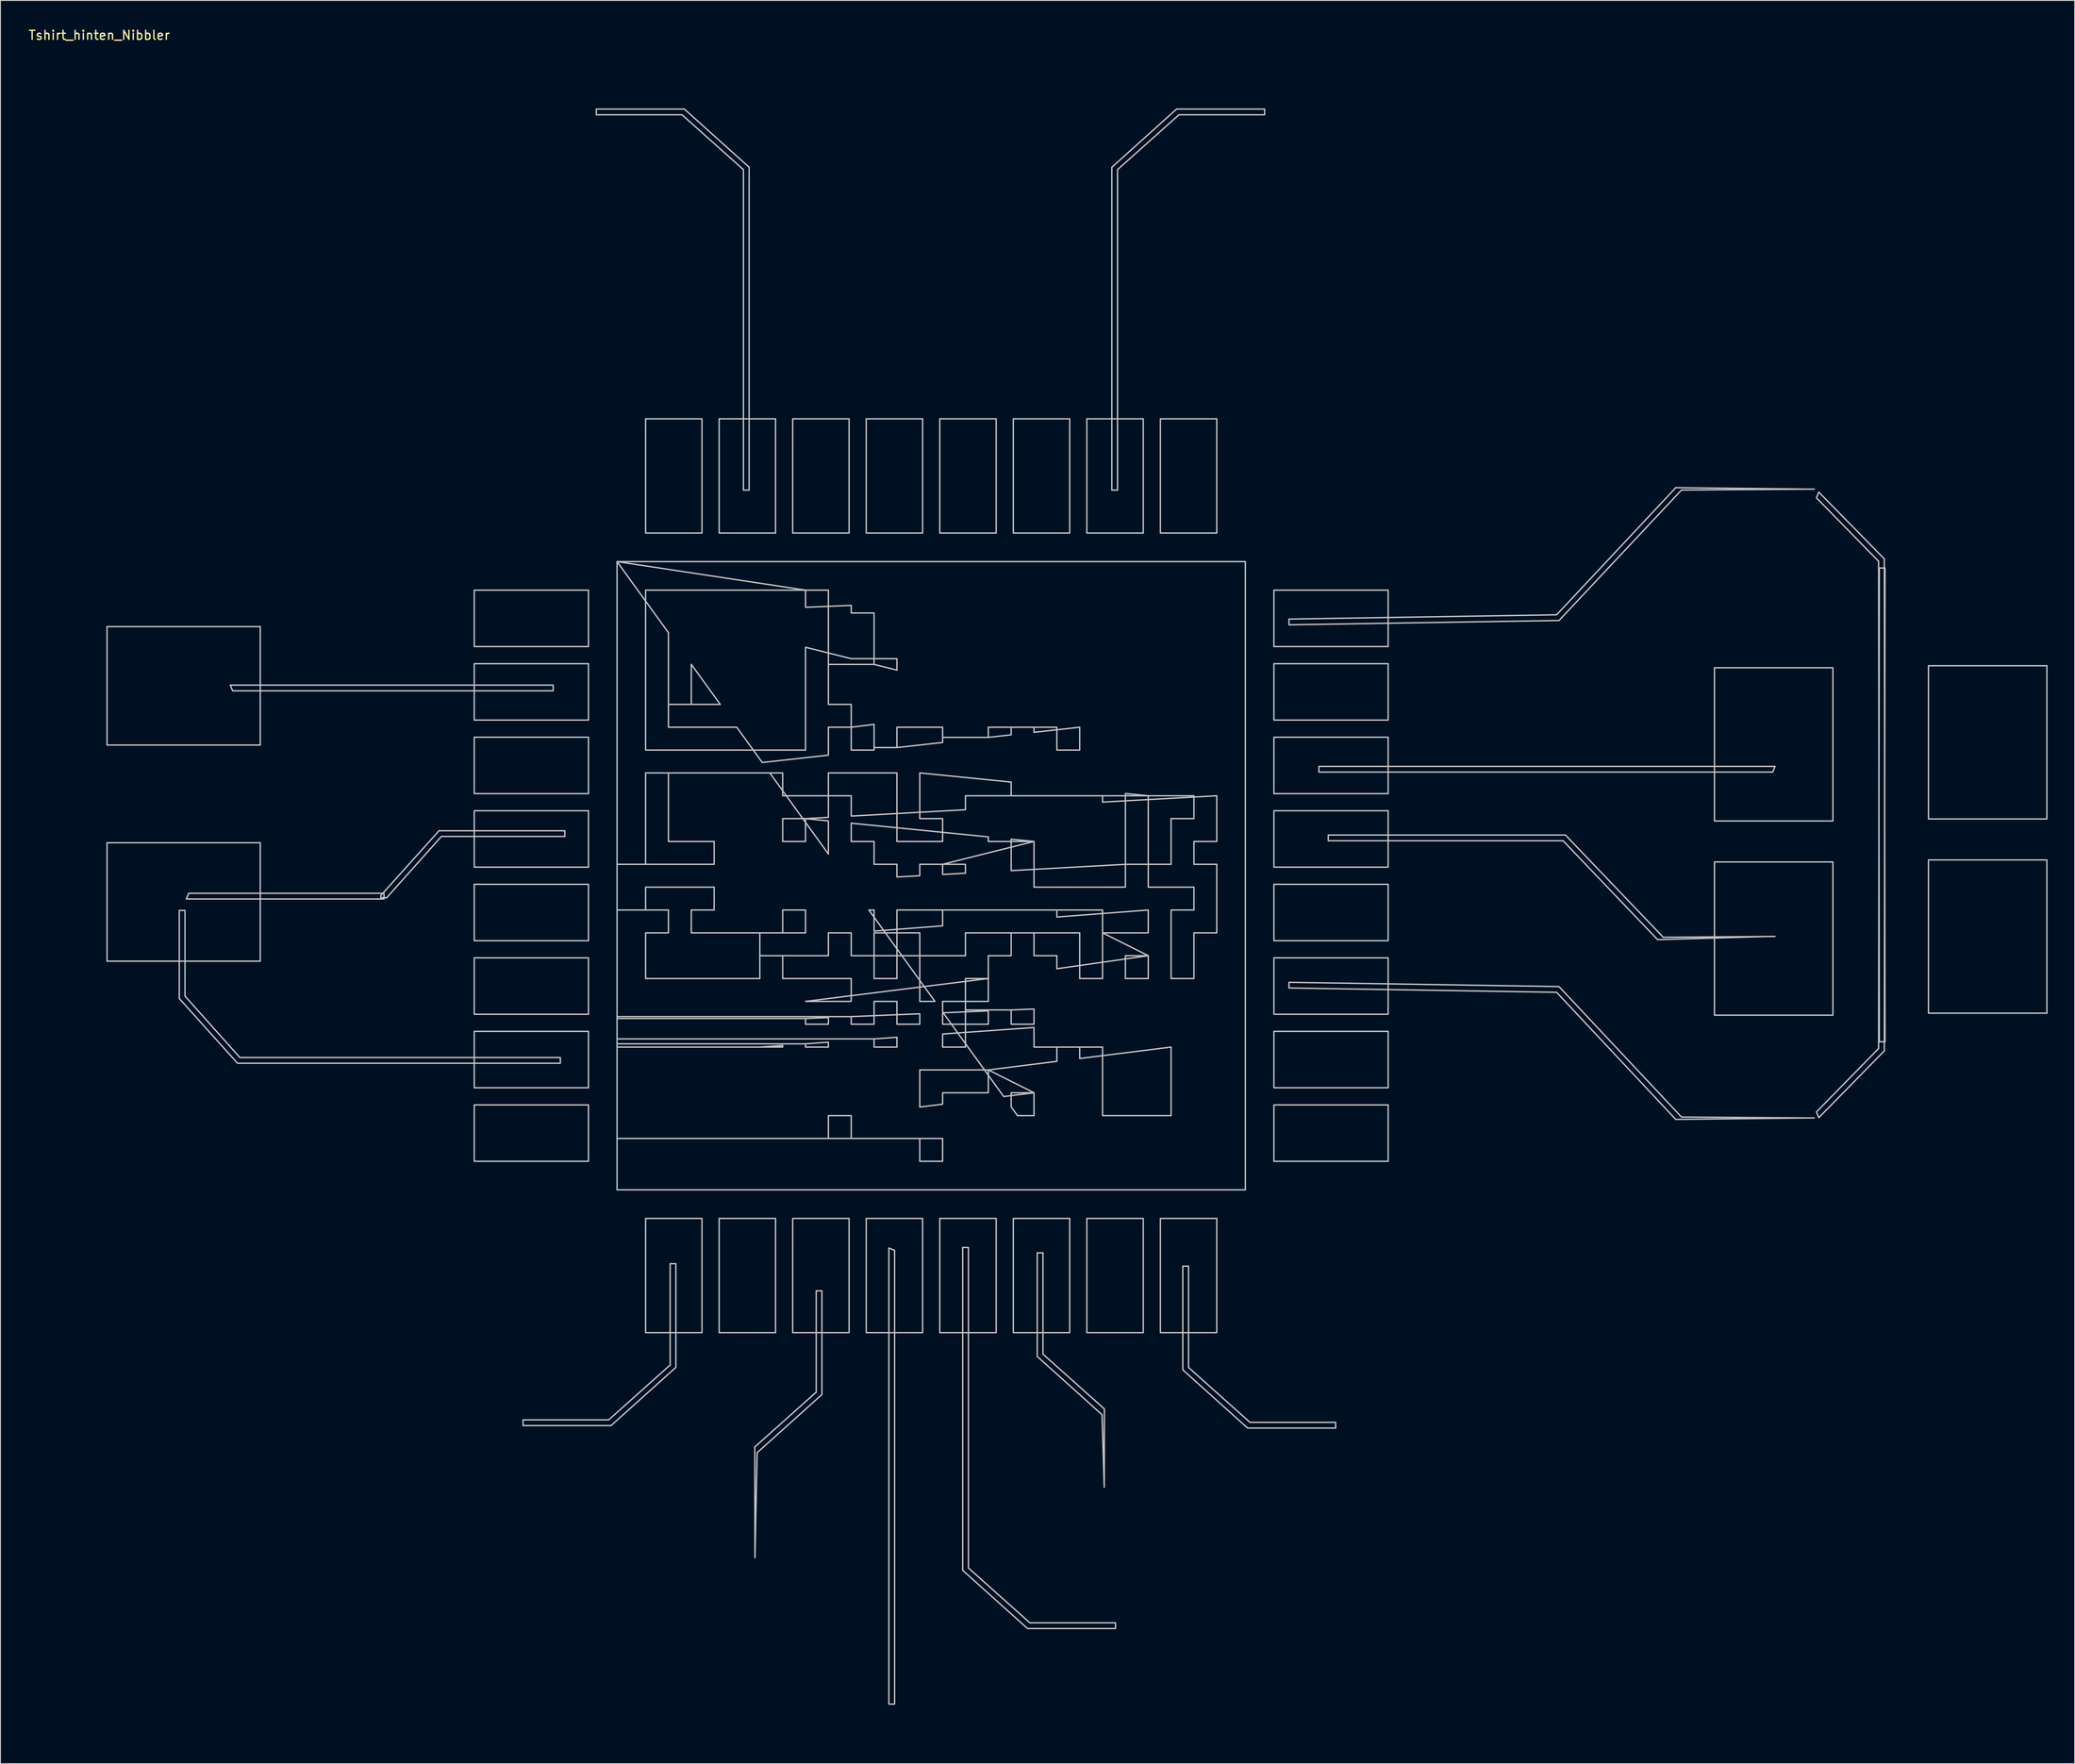
<source format=kicad_pcb>
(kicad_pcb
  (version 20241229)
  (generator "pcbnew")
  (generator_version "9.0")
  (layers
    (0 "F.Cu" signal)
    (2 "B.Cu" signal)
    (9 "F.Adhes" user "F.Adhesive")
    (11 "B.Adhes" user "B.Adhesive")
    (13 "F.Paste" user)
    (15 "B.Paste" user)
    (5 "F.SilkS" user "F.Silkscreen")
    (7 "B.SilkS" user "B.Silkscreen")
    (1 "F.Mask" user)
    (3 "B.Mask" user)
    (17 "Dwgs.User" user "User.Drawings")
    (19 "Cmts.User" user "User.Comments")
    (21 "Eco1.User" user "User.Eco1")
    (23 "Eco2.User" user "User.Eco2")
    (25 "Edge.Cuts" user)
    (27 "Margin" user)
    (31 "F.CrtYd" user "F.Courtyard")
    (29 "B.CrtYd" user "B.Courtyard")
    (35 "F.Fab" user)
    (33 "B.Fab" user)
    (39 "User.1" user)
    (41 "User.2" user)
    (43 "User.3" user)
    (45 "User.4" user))
  (footprint "Tshirt_hinten_Nibbler"
    (layer "F.Cu")
    (at 7.706 5.852)
    (property "Reference" "Tshirt_hinten_Nibbler" (at 0.229 -5.004 180) (layer "F.SilkS") (effects (font (size 1 1) (thickness 0.15))))
    (attr through_hole)
    (fp_poly (pts (xy 10.133 89.986) (xy 31.751 89.986) (xy 31.751 90.618) (xy 9.871 90.618)) (stroke (width 0.15) (type solid)) (fill no) (layer "Dwgs.User"))
    (fp_poly (pts (xy 14.995 67.573) (xy 50.473 67.573) (xy 50.473 66.941) (xy 14.733 66.941)) (stroke (width 0.15) (type solid)) (fill no) (layer "Dwgs.User"))
    (fp_poly (pts (xy 88.27 129.513) (xy 88.27 179.743) (xy 87.637 179.743) (xy 87.637 129.252)) (stroke (width 0.15) (type solid)) (fill no) (layer "Dwgs.User"))
    (fp_poly (pts (xy 185.473 76.57) (xy 135.243 76.57) (xy 135.243 75.938) (xy 185.734 75.938)) (stroke (width 0.15) (type solid)) (fill no) (layer "Dwgs.User"))
    (fp_poly (pts (xy 18.054 60.465) (xy 1.091 60.465) (xy 1.091 73.574) (xy 18.054 73.574) (xy 18.054 60.465)) (stroke (width 0.15) (type solid)) (fill no) (layer "Dwgs.User"))
    (fp_poly (pts (xy 18.054 84.392) (xy 1.091 84.392) (xy 1.091 97.501) (xy 18.054 97.501) (xy 18.054 84.392)) (stroke (width 0.15) (type solid)) (fill no) (layer "Dwgs.User"))
    (fp_poly (pts (xy 54.385 56.429) (xy 41.74 56.429) (xy 41.74 62.672) (xy 54.385 62.672) (xy 54.385 56.429)) (stroke (width 0.15) (type solid)) (fill no) (layer "Dwgs.User"))
    (fp_poly (pts (xy 54.385 64.57) (xy 41.74 64.57) (xy 41.74 70.813) (xy 54.385 70.813) (xy 54.385 64.57)) (stroke (width 0.15) (type solid)) (fill no) (layer "Dwgs.User"))
    (fp_poly (pts (xy 54.385 72.71) (xy 41.74 72.71) (xy 41.74 78.953) (xy 54.385 78.953) (xy 54.385 72.71)) (stroke (width 0.15) (type solid)) (fill no) (layer "Dwgs.User"))
    (fp_poly (pts (xy 54.385 80.851) (xy 41.74 80.851) (xy 41.74 87.094) (xy 54.385 87.094) (xy 54.385 80.851)) (stroke (width 0.15) (type solid)) (fill no) (layer "Dwgs.User"))
    (fp_poly (pts (xy 54.385 88.991) (xy 41.74 88.991) (xy 41.74 95.234) (xy 54.385 95.234) (xy 54.385 88.991)) (stroke (width 0.15) (type solid)) (fill no) (layer "Dwgs.User"))
    (fp_poly (pts (xy 54.385 97.132) (xy 41.74 97.132) (xy 41.74 103.375) (xy 54.385 103.375) (xy 54.385 97.132)) (stroke (width 0.15) (type solid)) (fill no) (layer "Dwgs.User"))
    (fp_poly (pts (xy 54.385 105.272) (xy 41.74 105.272) (xy 41.74 111.515) (xy 54.385 111.515) (xy 54.385 105.272)) (stroke (width 0.15) (type solid)) (fill no) (layer "Dwgs.User"))
    (fp_poly (pts (xy 54.385 113.412) (xy 41.74 113.412) (xy 41.74 119.655) (xy 54.385 119.655) (xy 54.385 113.412)) (stroke (width 0.15) (type solid)) (fill no) (layer "Dwgs.User"))
    (fp_poly (pts (xy 66.953 50.106) (xy 66.953 37.461) (xy 60.71 37.461) (xy 60.71 50.106) (xy 66.953 50.106)) (stroke (width 0.15) (type solid)) (fill no) (layer "Dwgs.User"))
    (fp_poly (pts (xy 66.953 138.624) (xy 66.953 125.979) (xy 60.71 125.979) (xy 60.71 138.624) (xy 66.953 138.624)) (stroke (width 0.15) (type solid)) (fill no) (layer "Dwgs.User"))
    (fp_poly (pts (xy 75.094 50.106) (xy 75.094 37.461) (xy 68.851 37.461) (xy 68.851 50.106) (xy 75.094 50.106)) (stroke (width 0.15) (type solid)) (fill no) (layer "Dwgs.User"))
    (fp_poly (pts (xy 75.094 138.624) (xy 75.094 125.979) (xy 68.851 125.979) (xy 68.851 138.624) (xy 75.094 138.624)) (stroke (width 0.15) (type solid)) (fill no) (layer "Dwgs.User"))
    (fp_poly (pts (xy 83.234 50.106) (xy 83.234 37.461) (xy 76.991 37.461) (xy 76.991 50.106) (xy 83.234 50.106)) (stroke (width 0.15) (type solid)) (fill no) (layer "Dwgs.User"))
    (fp_poly (pts (xy 83.234 138.624) (xy 83.234 125.979) (xy 76.991 125.979) (xy 76.991 138.624) (xy 83.234 138.624)) (stroke (width 0.15) (type solid)) (fill no) (layer "Dwgs.User"))
    (fp_poly (pts (xy 91.374 50.106) (xy 91.374 37.461) (xy 85.131 37.461) (xy 85.131 50.106) (xy 91.374 50.106)) (stroke (width 0.15) (type solid)) (fill no) (layer "Dwgs.User"))
    (fp_poly (pts (xy 91.374 138.624) (xy 91.374 125.979) (xy 85.131 125.979) (xy 85.131 138.624) (xy 91.374 138.624)) (stroke (width 0.15) (type solid)) (fill no) (layer "Dwgs.User"))
    (fp_poly (pts (xy 99.515 50.106) (xy 99.515 37.461) (xy 93.272 37.461) (xy 93.272 50.106) (xy 99.515 50.106)) (stroke (width 0.15) (type solid)) (fill no) (layer "Dwgs.User"))
    (fp_poly (pts (xy 99.515 138.624) (xy 99.515 125.979) (xy 93.272 125.979) (xy 93.272 138.624) (xy 99.515 138.624)) (stroke (width 0.15) (type solid)) (fill no) (layer "Dwgs.User"))
    (fp_poly (pts (xy 107.655 50.106) (xy 107.655 37.461) (xy 101.412 37.461) (xy 101.412 50.106) (xy 107.655 50.106)) (stroke (width 0.15) (type solid)) (fill no) (layer "Dwgs.User"))
    (fp_poly (pts (xy 107.655 138.624) (xy 107.655 125.979) (xy 101.412 125.979) (xy 101.412 138.624) (xy 107.655 138.624)) (stroke (width 0.15) (type solid)) (fill no) (layer "Dwgs.User"))
    (fp_poly (pts (xy 115.796 50.106) (xy 115.796 37.461) (xy 109.553 37.461) (xy 109.553 50.106) (xy 115.796 50.106)) (stroke (width 0.15) (type solid)) (fill no) (layer "Dwgs.User"))
    (fp_poly (pts (xy 115.796 138.624) (xy 115.796 125.979) (xy 109.553 125.979) (xy 109.553 138.624) (xy 115.796 138.624)) (stroke (width 0.15) (type solid)) (fill no) (layer "Dwgs.User"))
    (fp_poly (pts (xy 123.936 50.106) (xy 123.936 37.461) (xy 117.693 37.461) (xy 117.693 50.106) (xy 123.936 50.106)) (stroke (width 0.15) (type solid)) (fill no) (layer "Dwgs.User"))
    (fp_poly (pts (xy 123.936 138.624) (xy 123.936 125.979) (xy 117.693 125.979) (xy 117.693 138.624) (xy 123.936 138.624)) (stroke (width 0.15) (type solid)) (fill no) (layer "Dwgs.User"))
    (fp_poly (pts (xy 142.904 56.429) (xy 130.259 56.429) (xy 130.259 62.672) (xy 142.904 62.672) (xy 142.904 56.429)) (stroke (width 0.15) (type solid)) (fill no) (layer "Dwgs.User"))
    (fp_poly (pts (xy 142.904 64.57) (xy 130.259 64.57) (xy 130.259 70.813) (xy 142.904 70.813) (xy 142.904 64.57)) (stroke (width 0.15) (type solid)) (fill no) (layer "Dwgs.User"))
    (fp_poly (pts (xy 142.904 72.71) (xy 130.259 72.71) (xy 130.259 78.953) (xy 142.904 78.953) (xy 142.904 72.71)) (stroke (width 0.15) (type solid)) (fill no) (layer "Dwgs.User"))
    (fp_poly (pts (xy 142.904 80.851) (xy 130.259 80.851) (xy 130.259 87.094) (xy 142.904 87.094) (xy 142.904 80.851)) (stroke (width 0.15) (type solid)) (fill no) (layer "Dwgs.User"))
    (fp_poly (pts (xy 142.904 88.991) (xy 130.259 88.991) (xy 130.259 95.234) (xy 142.904 95.234) (xy 142.904 88.991)) (stroke (width 0.15) (type solid)) (fill no) (layer "Dwgs.User"))
    (fp_poly (pts (xy 142.904 97.132) (xy 130.259 97.132) (xy 130.259 103.375) (xy 142.904 103.375) (xy 142.904 97.132)) (stroke (width 0.15) (type solid)) (fill no) (layer "Dwgs.User"))
    (fp_poly (pts (xy 142.904 105.272) (xy 130.259 105.272) (xy 130.259 111.515) (xy 142.904 111.515) (xy 142.904 105.272)) (stroke (width 0.15) (type solid)) (fill no) (layer "Dwgs.User"))
    (fp_poly (pts (xy 142.904 113.412) (xy 130.259 113.412) (xy 130.259 119.655) (xy 142.904 119.655) (xy 142.904 113.412)) (stroke (width 0.15) (type solid)) (fill no) (layer "Dwgs.User"))
    (fp_poly (pts (xy 179.028 65.02) (xy 179.028 81.983) (xy 192.137 81.983) (xy 192.137 65.02) (xy 179.028 65.02)) (stroke (width 0.15) (type solid)) (fill no) (layer "Dwgs.User"))
    (fp_poly (pts (xy 179.028 86.517) (xy 179.028 103.48) (xy 192.137 103.48) (xy 192.137 86.517) (xy 179.028 86.517)) (stroke (width 0.15) (type solid)) (fill no) (layer "Dwgs.User"))
    (fp_poly (pts (xy 202.718 64.796) (xy 202.718 81.759) (xy 215.827 81.759) (xy 215.827 64.796) (xy 202.718 64.796)) (stroke (width 0.15) (type solid)) (fill no) (layer "Dwgs.User"))
    (fp_poly (pts (xy 202.718 86.293) (xy 202.718 103.256) (xy 215.827 103.256) (xy 215.827 86.293) (xy 202.718 86.293)) (stroke (width 0.15) (type solid)) (fill no) (layer "Dwgs.User"))
    (fp_poly (pts (xy 190.315 46.209) (xy 197.195 53.231) (xy 197.276 106.423) (xy 197.908 106.423) (xy 197.827 52.97) (xy 190.577 45.576)) (stroke (width 0.15) (type solid)) (fill no) (layer "Dwgs.User"))
    (fp_poly (pts (xy 190.315 114.193) (xy 197.195 107.171) (xy 197.276 53.979) (xy 197.908 53.979) (xy 197.827 107.432) (xy 190.577 114.826)) (stroke (width 0.15) (type solid)) (fill no) (layer "Dwgs.User"))
    (fp_poly (pts (xy 9.089 91.885) (xy 9.722 91.885) (xy 9.722 101.367) (xy 15.796 108.168) (xy 51.274 108.168) (xy 51.274 108.8) (xy 15.534 108.8) (xy 9.089 101.629)) (stroke (width 0.15) (type solid)) (fill no) (layer "Dwgs.User"))
    (fp_poly (pts (xy 31.397 90.477) (xy 32.029 90.477) (xy 32.029 90.496) (xy 38.104 83.695) (xy 51.768 83.695) (xy 51.768 83.063) (xy 37.842 83.063) (xy 31.397 90.234)) (stroke (width 0.15) (type solid)) (fill no) (layer "Dwgs.User"))
    (fp_poly (pts (xy 47.143 148.913) (xy 47.143 148.28) (xy 56.626 148.28) (xy 63.426 142.206) (xy 63.426 130.992) (xy 64.059 130.992) (xy 64.059 142.468) (xy 56.887 148.913)) (stroke (width 0.15) (type solid)) (fill no) (layer "Dwgs.User"))
    (fp_poly (pts (xy 55.255 3.17) (xy 55.255 3.802) (xy 64.737 3.802) (xy 71.537 9.876) (xy 71.537 45.354) (xy 72.17 45.354) (xy 72.17 9.615) (xy 64.998 3.17)) (stroke (width 0.15) (type solid)) (fill no) (layer "Dwgs.User"))
    (fp_poly (pts (xy 72.813 163.54) (xy 72.813 162.907) (xy 72.794 151.283) (xy 79.595 145.209) (xy 79.595 133.994) (xy 80.227 133.994) (xy 80.227 145.471) (xy 73.056 151.915)) (stroke (width 0.15) (type solid)) (fill no) (layer "Dwgs.User"))
    (fp_poly (pts (xy 111.478 155.736) (xy 111.478 155.104) (xy 111.496 147.075) (xy 104.696 141.001) (xy 104.696 129.787) (xy 104.063 129.787) (xy 104.063 141.263) (xy 111.235 147.708)) (stroke (width 0.15) (type solid)) (fill no) (layer "Dwgs.User"))
    (fp_poly (pts (xy 112.726 171.378) (xy 112.726 170.746) (xy 103.243 170.746) (xy 96.443 164.671) (xy 96.443 129.193) (xy 95.81 129.193) (xy 95.81 164.933) (xy 102.982 171.378)) (stroke (width 0.15) (type solid)) (fill no) (layer "Dwgs.User"))
    (fp_poly (pts (xy 129.233 3.17) (xy 129.233 3.802) (xy 119.75 3.802) (xy 112.95 9.876) (xy 112.95 45.354) (xy 112.317 45.354) (xy 112.317 9.615) (xy 119.489 3.17)) (stroke (width 0.15) (type solid)) (fill no) (layer "Dwgs.User"))
    (fp_poly (pts (xy 137.092 149.187) (xy 137.092 148.554) (xy 127.61 148.554) (xy 120.809 142.48) (xy 120.809 131.266) (xy 120.177 131.266) (xy 120.177 142.742) (xy 127.348 149.187)) (stroke (width 0.15) (type solid)) (fill no) (layer "Dwgs.User"))
    (fp_poly (pts (xy 185.731 94.762) (xy 185.099 94.762) (xy 172.73 95.119) (xy 162.27 84.169) (xy 136.276 84.169) (xy 136.276 83.537) (xy 162.531 83.537) (xy 173.363 94.858)) (stroke (width 0.15) (type solid)) (fill no) (layer "Dwgs.User"))
    (fp_poly (pts (xy 190.077 45.244) (xy 189.445 45.244) (xy 174.745 45.084) (xy 161.557 59.156) (xy 131.928 59.631) (xy 131.928 60.263) (xy 161.819 59.789) (xy 175.377 45.346)) (stroke (width 0.15) (type solid)) (fill no) (layer "Dwgs.User"))
    (fp_poly (pts (xy 190.077 114.859) (xy 189.445 114.859) (xy 174.745 115.019) (xy 161.557 100.947) (xy 131.928 100.472) (xy 131.928 99.84) (xy 161.819 100.314) (xy 175.377 114.757)) (stroke (width 0.15) (type solid)) (fill no) (layer "Dwgs.User"))
    (fp_poly (pts (xy 57.548 53.268) (xy 57.548 122.817) (xy 127.097 122.817) (xy 127.097 53.268) (xy 57.548 53.268) (xy 78.413 56.429) (xy 78.413 74.133) (xy 60.709 74.133) (xy 60.709 56.429) (xy 78.413 56.429) (xy 83.471 56.429) (xy 83.471 58.958) (xy 86 58.958) (xy 86 64.016) (xy 83.471 64.016) (xy 83.471 66.545) (xy 86 66.545) (xy 86 64.016) (xy 88.529 64.016) (xy 88.529 69.075) (xy 86 69.075) (xy 86 71.604) (xy 83.471 71.604) (xy 83.471 69.075) (xy 80.942 69.075) (xy 80.942 56.429) (xy 83.471 56.429) (xy 91.058 56.429) (xy 91.058 61.487) (xy 93.587 61.487) (xy 93.587 64.016) (xy 88.529 64.016) (xy 88.529 58.958) (xy 86 58.958) (xy 86 56.429) (xy 91.058 56.429) (xy 123.936 56.429) (xy 123.936 69.075) (xy 121.407 69.075) (xy 121.407 66.545) (xy 118.878 66.545) (xy 118.878 69.075) (xy 116.349 69.075) (xy 116.349 71.604) (xy 118.878 71.604) (xy 118.878 69.075) (xy 121.407 69.075) (xy 121.407 71.604) (xy 123.936 71.604) (xy 123.936 74.133) (xy 118.878 74.133) (xy 118.878 79.191) (xy 116.349 79.191) (xy 116.349 76.662) (xy 113.82 76.662) (xy 113.82 79.191) (xy 111.291 79.191) (xy 111.291 81.72) (xy 101.175 81.72) (xy 101.175 84.249) (xy 98.645 84.249) (xy 98.645 81.72) (xy 96.116 81.72) (xy 96.116 79.191) (xy 101.175 79.191) (xy 101.175 76.662) (xy 91.058 76.662) (xy 91.058 74.133) (xy 93.587 74.133) (xy 93.587 71.604) (xy 91.058 71.604) (xy 91.058 66.545) (xy 93.587 66.545) (xy 93.587 69.075) (xy 96.116 69.075) (xy 96.116 71.604) (xy 98.645 71.604) (xy 98.645 74.133) (xy 101.175 74.133) (xy 101.175 69.075) (xy 96.116 69.075) (xy 96.116 66.545) (xy 98.645 66.545) (xy 98.645 61.487) (xy 96.116 61.487) (xy 96.116 58.958) (xy 103.704 58.958) (xy 103.704 61.487) (xy 101.175 61.487) (xy 101.175 64.016) (xy 113.82 64.016) (xy 113.82 66.545) (xy 116.349 66.545) (xy 116.349 61.487) (xy 118.878 61.487) (xy 118.878 64.016) (xy 121.407 64.016) (xy 121.407 58.958) (xy 116.349 58.958) (xy 116.349 61.487) (xy 106.233 61.487) (xy 106.233 58.958) (xy 108.762 58.958) (xy 108.762 56.429) (xy 123.936 56.429) (xy 63.238 58.958) (xy 63.238 71.604) (xy 75.883 71.604) (xy 75.883 58.958) (xy 63.238 58.958) (xy 73.354 61.487) (xy 73.354 69.075) (xy 65.767 69.075) (xy 65.767 61.487) (xy 73.354 61.487) (xy 103.704 69.075) (xy 103.704 76.662) (xy 111.291 76.662) (xy 111.291 69.075) (xy 103.704 69.075) (xy 83.471 71.604) (xy 83.471 74.133) (xy 86 74.133) (xy 86 71.604) (xy 88.529 71.604) (xy 88.529 76.662) (xy 80.942 76.662) (xy 80.942 71.604) (xy 83.471 71.604) (xy 108.762 71.604) (xy 108.762 74.133) (xy 106.233 74.133) (xy 106.233 71.604) (xy 108.762 71.604) (xy 63.238 76.662) (xy 63.238 84.249) (xy 68.296 84.249) (xy 68.296 86.778) (xy 60.709 86.778) (xy 60.709 76.662) (xy 63.238 76.662) (xy 73.354 76.662) (xy 73.354 79.191) (xy 75.883 79.191) (xy 75.883 81.72) (xy 73.354 81.72) (xy 73.354 86.778) (xy 80.942 86.778) (xy 80.942 79.191) (xy 83.471 79.191) (xy 83.471 84.249) (xy 86 84.249) (xy 86 86.778) (xy 88.529 86.778) (xy 88.529 89.307) (xy 83.471 89.307) (xy 83.471 91.837) (xy 78.413 91.837) (xy 78.413 89.307) (xy 75.883 89.307) (xy 75.883 91.837) (xy 70.825 91.837) (xy 70.825 89.307) (xy 68.296 89.307) (xy 68.296 86.778) (xy 70.825 86.778) (xy 70.825 84.249) (xy 68.296 84.249) (xy 68.296 81.72) (xy 65.767 81.72) (xy 65.767 79.191) (xy 70.825 79.191) (xy 70.825 76.662) (xy 73.354 76.662) (xy 80.942 76.662) (xy 80.942 79.191) (xy 75.883 79.191) (xy 75.883 76.662) (xy 80.942 76.662) (xy 91.058 76.662) (xy 91.058 81.72) (xy 93.587 81.72) (xy 93.587 84.249) (xy 88.529 84.249) (xy 88.529 76.662) (xy 91.058 76.662) (xy 116.349 79.191) (xy 116.349 86.778) (xy 113.82 86.778) (xy 113.82 79.191) (xy 116.349 79.191) (xy 123.936 79.191) (xy 123.936 84.249) (xy 121.407 84.249) (xy 121.407 86.778) (xy 123.936 86.778) (xy 123.936 94.366) (xy 121.407 94.366) (xy 121.407 99.424) (xy 118.878 99.424) (xy 118.878 91.837) (xy 121.407 91.837) (xy 121.407 89.307) (xy 116.349 89.307) (xy 116.349 86.778) (xy 118.878 86.778) (xy 118.878 81.72) (xy 121.407 81.72) (xy 121.407 79.191) (xy 123.936 79.191) (xy 78.413 81.72) (xy 78.413 84.249) (xy 75.883 84.249) (xy 75.883 81.72) (xy 78.413 81.72) (xy 103.704 84.249) (xy 103.704 86.778) (xy 101.175 86.778) (xy 101.175 84.249) (xy 103.704 84.249) (xy 93.587 86.778) (xy 93.587 89.307) (xy 96.116 89.307) (xy 96.116 91.837) (xy 98.645 91.837) (xy 98.645 89.307) (xy 96.116 89.307) (xy 96.116 86.778) (xy 101.175 86.778) (xy 101.175 89.307) (xy 103.704 89.307) (xy 103.704 91.837) (xy 106.233 91.837) (xy 106.233 94.366) (xy 103.704 94.366) (xy 103.704 96.895) (xy 106.233 96.895) (xy 106.233 99.424) (xy 98.645 99.424) (xy 98.645 96.895) (xy 101.175 96.895) (xy 101.175 94.366) (xy 96.116 94.366) (xy 96.116 96.895) (xy 91.058 96.895) (xy 91.058 94.366) (xy 93.587 94.366) (xy 93.587 91.837) (xy 91.058 91.837) (xy 91.058 86.778) (xy 93.587 86.778) (xy 113.82 86.778) (xy 113.82 89.307) (xy 103.704 89.307) (xy 103.704 86.778) (xy 113.82 86.778) (xy 68.296 89.307) (xy 68.296 91.837) (xy 65.767 91.837) (xy 65.767 94.366) (xy 73.354 94.366) (xy 73.354 99.424) (xy 60.709 99.424) (xy 60.709 94.366) (xy 63.238 94.366) (xy 63.238 91.837) (xy 60.709 91.837) (xy 60.709 89.307) (xy 68.296 89.307) (xy 78.413 91.837) (xy 78.413 94.366) (xy 75.883 94.366) (xy 75.883 91.837) (xy 78.413 91.837) (xy 88.529 91.837) (xy 88.529 96.895) (xy 86 96.895) (xy 86 91.837) (xy 88.529 91.837) (xy 116.349 91.837) (xy 116.349 94.366) (xy 111.291 94.366) (xy 111.291 91.837) (xy 116.349 91.837) (xy 83.471 94.366) (xy 83.471 96.895) (xy 86 96.895) (xy 86 99.424) (xy 88.529 99.424) (xy 88.529 96.895) (xy 91.058 96.895) (xy 91.058 101.953) (xy 88.529 101.953) (xy 88.529 104.482) (xy 86 104.482) (xy 86 101.953) (xy 83.471 101.953) (xy 83.471 99.424) (xy 75.883 99.424) (xy 75.883 96.895) (xy 80.942 96.895) (xy 80.942 94.366) (xy 83.471 94.366) (xy 111.291 94.366) (xy 111.291 99.424) (xy 108.762 99.424) (xy 108.762 94.366) (xy 111.291 94.366) (xy 116.349 96.895) (xy 116.349 99.424) (xy 113.82 99.424) (xy 113.82 96.895) (xy 116.349 96.895) (xy 98.645 99.424) (xy 98.645 104.482) (xy 101.175 104.482) (xy 101.175 101.953) (xy 103.704 101.953) (xy 103.704 107.011) (xy 96.116 107.011) (xy 96.116 99.424) (xy 98.645 99.424) (xy 78.413 101.953) (xy 78.413 119.657) (xy 60.709 119.657) (xy 60.709 101.953) (xy 78.413 101.953) (xy 83.471 101.953) (xy 83.471 104.482) (xy 86 104.482) (xy 86 109.54) (xy 88.529 109.54) (xy 88.529 112.069) (xy 80.942 112.069) (xy 80.942 109.54) (xy 83.471 109.54) (xy 83.471 107.011) (xy 80.942 107.011) (xy 80.942 101.953) (xy 83.471 101.953) (xy 93.587 101.953) (xy 93.587 107.011) (xy 88.529 107.011) (xy 88.529 104.482) (xy 91.058 104.482) (xy 91.058 101.953) (xy 93.587 101.953) (xy 123.936 101.953) (xy 123.936 119.657) (xy 106.233 119.657) (xy 106.233 101.953) (xy 123.936 101.953) (xy 63.238 104.482) (xy 63.238 117.128) (xy 75.883 117.128) (xy 75.883 104.482) (xy 63.238 104.482) (xy 108.762 104.482) (xy 108.762 117.128) (xy 121.407 117.128) (xy 121.407 104.482) (xy 108.762 104.482) (xy 73.354 107.011) (xy 73.354 114.598) (xy 65.767 114.598) (xy 65.767 107.011) (xy 73.354 107.011) (xy 118.878 107.011) (xy 118.878 114.598) (xy 111.291 114.598) (xy 111.291 107.011) (xy 118.878 107.011) (xy 98.645 109.54) (xy 98.645 112.069) (xy 93.587 112.069) (xy 93.587 114.598) (xy 91.058 114.598) (xy 91.058 109.54) (xy 98.645 109.54) (xy 103.704 112.069) (xy 103.704 114.598) (xy 101.175 114.598) (xy 101.175 112.069) (xy 103.704 112.069) (xy 83.471 114.598) (xy 83.471 117.128) (xy 80.942 117.128) (xy 80.942 114.598) (xy 83.471 114.598) (xy 88.529 114.598) (xy 88.529 119.657) (xy 86 119.657) (xy 86 114.598) (xy 88.529 114.598) (xy 101.175 114.598) (xy 101.175 117.128) (xy 96.116 117.128) (xy 96.116 114.598) (xy 101.175 114.598) (xy 93.587 117.128) (xy 93.587 119.657) (xy 91.058 119.657) (xy 91.058 117.128) (xy 93.587 117.128) (xy 103.704 117.128) (xy 103.704 119.657) (xy 101.175 119.657) (xy 101.175 117.128) (xy 103.704 117.128)) (stroke (width 0.15) (type solid)) (fill no) (layer "Dwgs.User")))
  (gr_rect
    (start -3 -3)
    (end 226.608 192.185)
    (stroke (width 0.1) (type default))
    (fill no)
    (layer "Edge.Cuts")))
</source>
